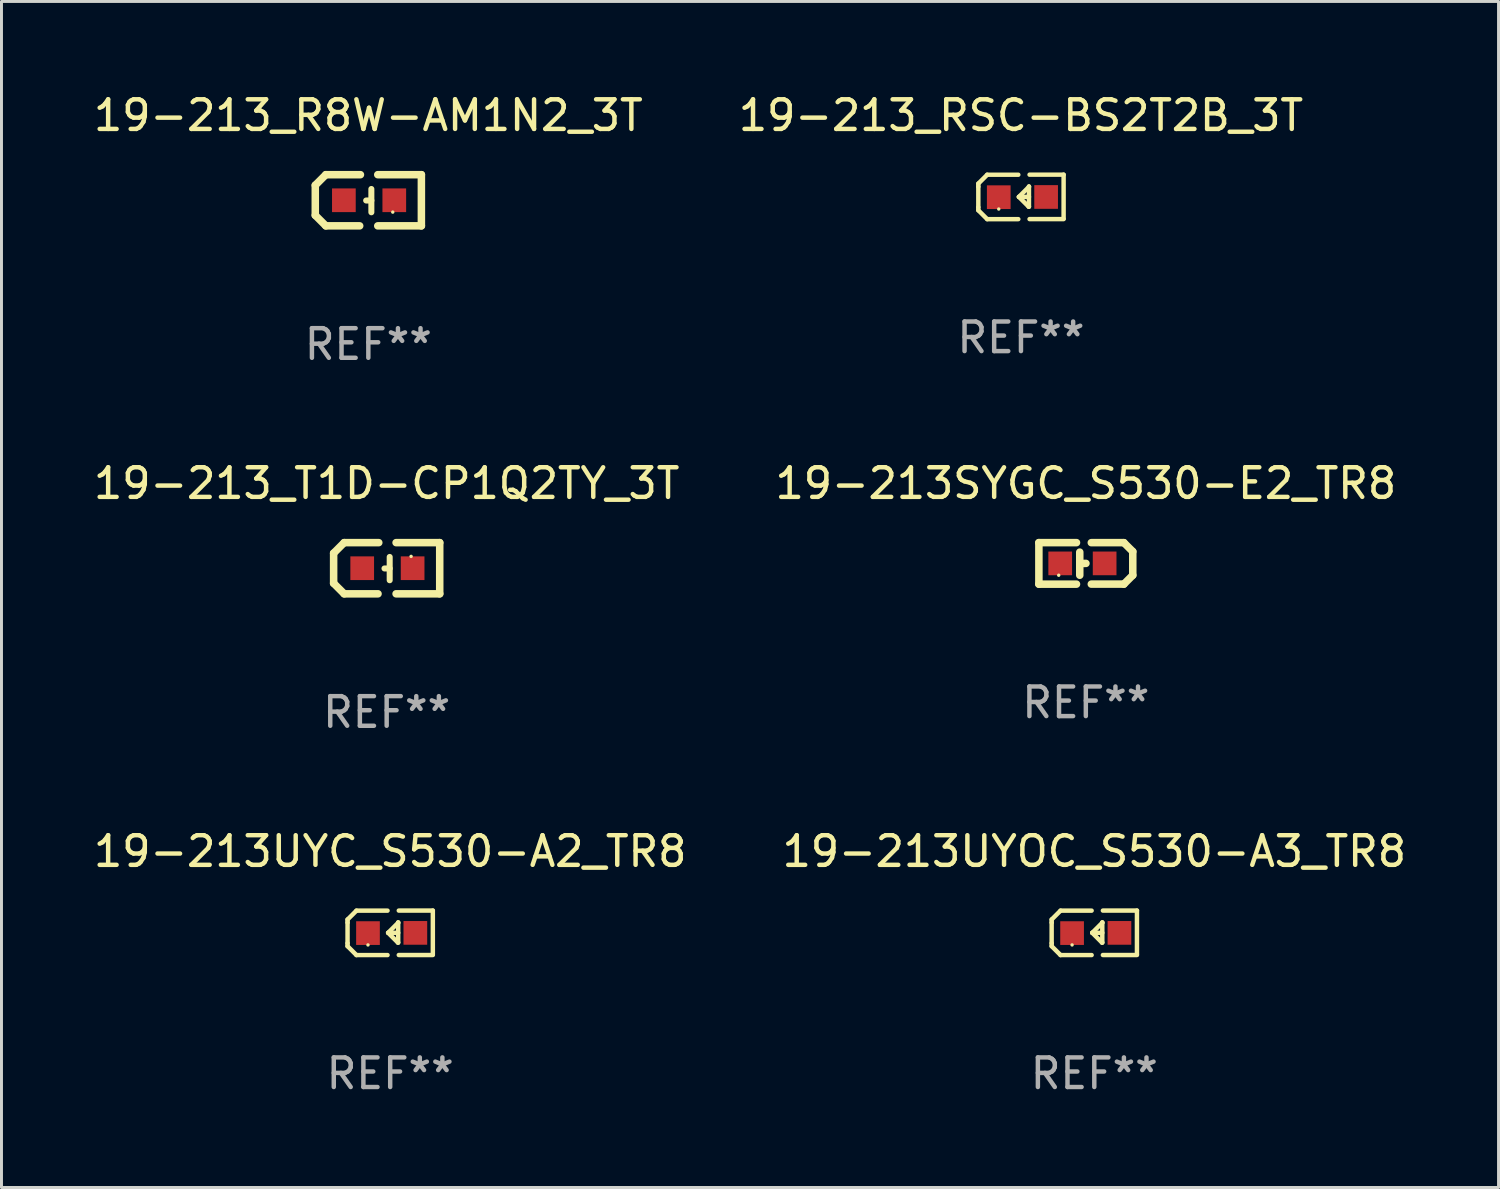
<source format=kicad_pcb>
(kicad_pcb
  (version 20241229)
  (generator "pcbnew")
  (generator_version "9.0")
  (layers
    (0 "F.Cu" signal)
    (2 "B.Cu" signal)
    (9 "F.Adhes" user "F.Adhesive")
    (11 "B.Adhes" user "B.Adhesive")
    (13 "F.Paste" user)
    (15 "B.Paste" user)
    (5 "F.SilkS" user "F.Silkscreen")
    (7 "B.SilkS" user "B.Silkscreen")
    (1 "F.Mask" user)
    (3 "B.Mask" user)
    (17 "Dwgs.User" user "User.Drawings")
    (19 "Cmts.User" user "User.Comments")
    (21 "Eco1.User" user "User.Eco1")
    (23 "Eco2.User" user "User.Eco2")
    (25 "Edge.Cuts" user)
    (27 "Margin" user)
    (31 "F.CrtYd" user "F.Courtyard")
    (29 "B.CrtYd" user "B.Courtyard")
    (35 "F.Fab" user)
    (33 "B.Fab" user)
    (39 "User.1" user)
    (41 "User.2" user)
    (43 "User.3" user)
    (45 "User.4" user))
  (footprint "19-213_T1D-CP1Q2TY_3T"
    (layer "F.Cu")
    (at 10.006 16.136)
    (property "Reference" "19-213_T1D-CP1Q2TY_3T" (at 0 -2.864 0) (layer "F.SilkS") (effects (font (size 1 1) (thickness 0.15))))
    (attr through_hole)
    (fp_line (start -1.791 -0.508) (end -1.435 -0.864) (stroke (width 0.254) (type solid)) (layer "F.SilkS"))
    (fp_line (start -1.791 0.508) (end -1.791 -0.508) (stroke (width 0.254) (type solid)) (layer "F.SilkS"))
    (fp_line (start -1.435 0.864) (end -1.791 0.508) (stroke (width 0.254) (type solid)) (layer "F.SilkS"))
    (fp_line (start -0.292 0.864) (end -1.435 0.864) (stroke (width 0.254) (type solid)) (layer "F.SilkS"))
    (fp_line (start -0.267 -0.864) (end -1.435 -0.864) (stroke (width 0.254) (type solid)) (layer "F.SilkS"))
    (fp_line (start 0.102 0.008) (end -0.074 0.008) (stroke (width 0.203) (type solid)) (layer "F.SilkS"))
    (fp_line (start 0.102 0.406) (end 0.102 -0.381) (stroke (width 0.203) (type solid)) (layer "F.SilkS"))
    (fp_line (start 1.791 -0.864) (end 0.318 -0.864) (stroke (width 0.254) (type solid)) (layer "F.SilkS"))
    (fp_line (start 1.791 0.864) (end 0.318 0.864) (stroke (width 0.254) (type solid)) (layer "F.SilkS"))
    (fp_line (start 1.791 0.864) (end 1.791 -0.864) (stroke (width 0.254) (type solid)) (layer "F.SilkS"))
    (fp_circle (center 0.825 -0.4) (end 0.855 -0.4) (stroke (width 0.06) (type solid)) (fill no) (layer "F.SilkS"))
    (fp_text user "REF**" (at 0 4.864 0) (layer "F.Fab") (effects (font (size 1 1) (thickness 0.15))))
    (pad "1" smd rect (at 0.876 0 90) (size 0.8 0.8) (layers "F.Cu" "F.Mask" "F.Paste"))
    (pad "2" smd rect (at -0.826 0 90) (size 0.8 0.8) (layers "F.Cu" "F.Mask" "F.Paste")))
  (footprint "19-213SYGC_S530-E2_TR8"
    (layer "F.Cu")
    (at 33.613 15.973)
    (property "Reference" "19-213SYGC_S530-E2_TR8" (at 0 -2.701 0) (layer "F.SilkS") (effects (font (size 1 1) (thickness 0.15))))
    (attr through_hole)
    (fp_line (start -1.585 -0.701) (end -0.315 -0.701) (stroke (width 0.254) (type solid)) (layer "F.SilkS"))
    (fp_line (start -1.585 0.701) (end -1.585 -0.701) (stroke (width 0.254) (type solid)) (layer "F.SilkS"))
    (fp_line (start -0.315 0.701) (end -1.585 0.701) (stroke (width 0.254) (type solid)) (layer "F.SilkS"))
    (fp_line (start -0.205 0.002) (end 0.004 0.000127) (stroke (width 0.254) (type solid)) (layer "F.SilkS"))
    (fp_line (start -0.205 0.4) (end -0.205 -0.38) (stroke (width 0.254) (type solid)) (layer "F.SilkS"))
    (fp_line (start 0.185 0.7) (end 1.285 0.7) (stroke (width 0.254) (type solid)) (layer "F.SilkS"))
    (fp_line (start 1.285 -0.7) (end 0.185 -0.7) (stroke (width 0.254) (type solid)) (layer "F.SilkS"))
    (fp_line (start 1.285 0.7) (end 1.585 0.4) (stroke (width 0.254) (type solid)) (layer "F.SilkS"))
    (fp_line (start 1.585 -0.4) (end 1.285 -0.7) (stroke (width 0.254) (type solid)) (layer "F.SilkS"))
    (fp_line (start 1.585 0.4) (end 1.585 -0.4) (stroke (width 0.254) (type solid)) (layer "F.SilkS"))
    (fp_circle (center -0.915 0.4) (end -0.885 0.4) (stroke (width 0.06) (type solid)) (fill no) (layer "F.SilkS"))
    (fp_text user "REF**" (at 0 4.701 0) (layer "F.Fab") (effects (font (size 1 1) (thickness 0.15))))
    (pad "1" smd rect (at -0.865 0 180) (size 0.8 0.8) (layers "F.Cu" "F.Mask" "F.Paste"))
    (pad "2" smd rect (at 0.635 0 180) (size 0.8 0.8) (layers "F.Cu" "F.Mask" "F.Paste")))
  (footprint "19-213UYC_S530-A2_TR8"
    (layer "F.Cu")
    (at 10.125 28.447)
    (property "Reference" "19-213UYC_S530-A2_TR8" (at 0 -2.751 0) (layer "F.SilkS") (effects (font (size 1 1) (thickness 0.15))))
    (attr through_hole)
    (fp_line (start -1.44 -0.449) (end -1.14 -0.749) (stroke (width 0.15) (type solid)) (layer "F.SilkS"))
    (fp_line (start -1.44 -0.349) (end -1.44 -0.449) (stroke (width 0.15) (type solid)) (layer "F.SilkS"))
    (fp_line (start -1.44 -0.349) (end -1.44 0.351) (stroke (width 0.15) (type solid)) (layer "F.SilkS"))
    (fp_line (start -1.44 0.351) (end -1.44 0.451) (stroke (width 0.15) (type solid)) (layer "F.SilkS"))
    (fp_line (start -1.44 0.451) (end -1.14 0.751) (stroke (width 0.15) (type solid)) (layer "F.SilkS"))
    (fp_line (start -0.09 -0.749) (end -1.14 -0.749) (stroke (width 0.15) (type solid)) (layer "F.SilkS"))
    (fp_line (start -0.09 0.751) (end -1.14 0.751) (stroke (width 0.15) (type solid)) (layer "F.SilkS"))
    (fp_line (start 0.26 0.329) (end -0.07 -0.001) (stroke (width 0.15) (type solid)) (layer "F.SilkS"))
    (fp_line (start 0.27 -0.351) (end 0.27 -0.341) (stroke (width 0.15) (type solid)) (layer "F.SilkS"))
    (fp_line (start 0.27 -0.351) (end 0.27 0.329) (stroke (width 0.15) (type solid)) (layer "F.SilkS"))
    (fp_line (start 0.27 -0.341) (end -0.07 -0.001) (stroke (width 0.15) (type solid)) (layer "F.SilkS"))
    (fp_line (start 0.27 -0.001) (end -0.07 -0.001) (stroke (width 0.15) (type solid)) (layer "F.SilkS"))
    (fp_line (start 0.27 0.329) (end 0.26 0.329) (stroke (width 0.15) (type solid)) (layer "F.SilkS"))
    (fp_line (start 0.29 -0.751) (end 1.44 -0.751) (stroke (width 0.15) (type solid)) (layer "F.SilkS"))
    (fp_line (start 0.29 0.749) (end 1.44 0.749) (stroke (width 0.15) (type solid)) (layer "F.SilkS"))
    (fp_line (start 1.44 -0.751) (end 1.44 0.729) (stroke (width 0.15) (type solid)) (layer "F.SilkS"))
    (fp_circle (center -0.75 0.409) (end -0.72 0.409) (stroke (width 0.06) (type solid)) (fill no) (layer "F.SilkS"))
    (fp_text user "REF**" (at 0 4.751 0) (layer "F.Fab") (effects (font (size 1 1) (thickness 0.15))))
    (pad "1" smd rect (at -0.75 0.009 90) (size 0.8 0.8) (layers "F.Cu" "F.Mask" "F.Paste"))
    (pad "2" smd rect (at 0.849 0.002 90) (size 0.8 0.8) (layers "F.Cu" "F.Mask" "F.Paste")))
  (footprint "19-213_RSC-BS2T2B_3T"
    (layer "F.Cu")
    (at 31.423 3.599)
    (property "Reference" "19-213_RSC-BS2T2B_3T" (at 0 -2.751 0) (layer "F.SilkS") (effects (font (size 1 1) (thickness 0.15))))
    (attr through_hole)
    (fp_line (start -1.44 -0.449) (end -1.14 -0.749) (stroke (width 0.15) (type solid)) (layer "F.SilkS"))
    (fp_line (start -1.44 -0.349) (end -1.44 -0.449) (stroke (width 0.15) (type solid)) (layer "F.SilkS"))
    (fp_line (start -1.44 -0.349) (end -1.44 0.351) (stroke (width 0.15) (type solid)) (layer "F.SilkS"))
    (fp_line (start -1.44 0.351) (end -1.44 0.451) (stroke (width 0.15) (type solid)) (layer "F.SilkS"))
    (fp_line (start -1.44 0.451) (end -1.14 0.751) (stroke (width 0.15) (type solid)) (layer "F.SilkS"))
    (fp_line (start -0.09 -0.749) (end -1.14 -0.749) (stroke (width 0.15) (type solid)) (layer "F.SilkS"))
    (fp_line (start -0.09 0.751) (end -1.14 0.751) (stroke (width 0.15) (type solid)) (layer "F.SilkS"))
    (fp_line (start 0.26 0.329) (end -0.07 -0.001) (stroke (width 0.15) (type solid)) (layer "F.SilkS"))
    (fp_line (start 0.27 -0.351) (end 0.27 -0.341) (stroke (width 0.15) (type solid)) (layer "F.SilkS"))
    (fp_line (start 0.27 -0.351) (end 0.27 0.329) (stroke (width 0.15) (type solid)) (layer "F.SilkS"))
    (fp_line (start 0.27 -0.341) (end -0.07 -0.001) (stroke (width 0.15) (type solid)) (layer "F.SilkS"))
    (fp_line (start 0.27 -0.001) (end -0.07 -0.001) (stroke (width 0.15) (type solid)) (layer "F.SilkS"))
    (fp_line (start 0.27 0.329) (end 0.26 0.329) (stroke (width 0.15) (type solid)) (layer "F.SilkS"))
    (fp_line (start 0.29 -0.751) (end 1.44 -0.751) (stroke (width 0.15) (type solid)) (layer "F.SilkS"))
    (fp_line (start 0.29 0.749) (end 1.44 0.749) (stroke (width 0.15) (type solid)) (layer "F.SilkS"))
    (fp_line (start 1.44 -0.751) (end 1.44 0.729) (stroke (width 0.15) (type solid)) (layer "F.SilkS"))
    (fp_circle (center -0.75 0.409) (end -0.72 0.409) (stroke (width 0.06) (type solid)) (fill no) (layer "F.SilkS"))
    (fp_text user "REF**" (at 0 4.751 0) (layer "F.Fab") (effects (font (size 1 1) (thickness 0.15))))
    (pad "1" smd rect (at -0.75 0.009 90) (size 0.8 0.8) (layers "F.Cu" "F.Mask" "F.Paste"))
    (pad "2" smd rect (at 0.849 0.002 90) (size 0.8 0.8) (layers "F.Cu" "F.Mask" "F.Paste")))
  (footprint "19-213_R8W-AM1N2_3T"
    (layer "F.Cu")
    (at 9.387 3.712)
    (property "Reference" "19-213_R8W-AM1N2_3T" (at 0 -2.864 0) (layer "F.SilkS") (effects (font (size 1 1) (thickness 0.15))))
    (attr through_hole)
    (fp_line (start -1.791 -0.508) (end -1.435 -0.864) (stroke (width 0.254) (type solid)) (layer "F.SilkS"))
    (fp_line (start -1.791 0.508) (end -1.791 -0.508) (stroke (width 0.254) (type solid)) (layer "F.SilkS"))
    (fp_line (start -1.435 0.864) (end -1.791 0.508) (stroke (width 0.254) (type solid)) (layer "F.SilkS"))
    (fp_line (start -0.292 0.864) (end -1.435 0.864) (stroke (width 0.254) (type solid)) (layer "F.SilkS"))
    (fp_line (start -0.267 -0.864) (end -1.435 -0.864) (stroke (width 0.254) (type solid)) (layer "F.SilkS"))
    (fp_line (start 0.102 0.008) (end -0.074 0.008) (stroke (width 0.203) (type solid)) (layer "F.SilkS"))
    (fp_line (start 0.102 0.406) (end 0.102 -0.381) (stroke (width 0.203) (type solid)) (layer "F.SilkS"))
    (fp_line (start 1.791 -0.864) (end 0.318 -0.864) (stroke (width 0.254) (type solid)) (layer "F.SilkS"))
    (fp_line (start 1.791 0.864) (end 0.318 0.864) (stroke (width 0.254) (type solid)) (layer "F.SilkS"))
    (fp_line (start 1.791 0.864) (end 1.791 -0.864) (stroke (width 0.254) (type solid)) (layer "F.SilkS"))
    (fp_circle (center 0.825 0.4) (end 0.855 0.4) (stroke (width 0.06) (type solid)) (fill no) (layer "F.SilkS"))
    (fp_text user "REF**" (at 0 4.864 0) (layer "F.Fab") (effects (font (size 1 1) (thickness 0.15))))
    (pad "1" smd rect (at 0.876 0 90) (size 0.8 0.8) (layers "F.Cu" "F.Mask" "F.Paste"))
    (pad "2" smd rect (at -0.826 0 90) (size 0.8 0.8) (layers "F.Cu" "F.Mask" "F.Paste")))
  (footprint "19-213UYOC_S530-A3_TR8"
    (layer "F.Cu")
    (at 33.899 28.447)
    (property "Reference" "19-213UYOC_S530-A3_TR8" (at 0 -2.751 0) (layer "F.SilkS") (effects (font (size 1 1) (thickness 0.15))))
    (attr through_hole)
    (fp_line (start -1.44 -0.449) (end -1.14 -0.749) (stroke (width 0.15) (type solid)) (layer "F.SilkS"))
    (fp_line (start -1.44 -0.349) (end -1.44 -0.449) (stroke (width 0.15) (type solid)) (layer "F.SilkS"))
    (fp_line (start -1.44 -0.349) (end -1.44 0.351) (stroke (width 0.15) (type solid)) (layer "F.SilkS"))
    (fp_line (start -1.44 0.351) (end -1.44 0.451) (stroke (width 0.15) (type solid)) (layer "F.SilkS"))
    (fp_line (start -1.44 0.451) (end -1.14 0.751) (stroke (width 0.15) (type solid)) (layer "F.SilkS"))
    (fp_line (start -0.09 -0.749) (end -1.14 -0.749) (stroke (width 0.15) (type solid)) (layer "F.SilkS"))
    (fp_line (start -0.09 0.751) (end -1.14 0.751) (stroke (width 0.15) (type solid)) (layer "F.SilkS"))
    (fp_line (start 0.26 0.329) (end -0.07 -0.001) (stroke (width 0.15) (type solid)) (layer "F.SilkS"))
    (fp_line (start 0.27 -0.351) (end 0.27 -0.341) (stroke (width 0.15) (type solid)) (layer "F.SilkS"))
    (fp_line (start 0.27 -0.351) (end 0.27 0.329) (stroke (width 0.15) (type solid)) (layer "F.SilkS"))
    (fp_line (start 0.27 -0.341) (end -0.07 -0.001) (stroke (width 0.15) (type solid)) (layer "F.SilkS"))
    (fp_line (start 0.27 -0.001) (end -0.07 -0.001) (stroke (width 0.15) (type solid)) (layer "F.SilkS"))
    (fp_line (start 0.27 0.329) (end 0.26 0.329) (stroke (width 0.15) (type solid)) (layer "F.SilkS"))
    (fp_line (start 0.29 -0.751) (end 1.44 -0.751) (stroke (width 0.15) (type solid)) (layer "F.SilkS"))
    (fp_line (start 0.29 0.749) (end 1.44 0.749) (stroke (width 0.15) (type solid)) (layer "F.SilkS"))
    (fp_line (start 1.44 -0.751) (end 1.44 0.729) (stroke (width 0.15) (type solid)) (layer "F.SilkS"))
    (fp_circle (center -0.75 0.409) (end -0.72 0.409) (stroke (width 0.06) (type solid)) (fill no) (layer "F.SilkS"))
    (fp_text user "REF**" (at 0 4.751 0) (layer "F.Fab") (effects (font (size 1 1) (thickness 0.15))))
    (pad "1" smd rect (at -0.75 0.009 90) (size 0.8 0.8) (layers "F.Cu" "F.Mask" "F.Paste"))
    (pad "2" smd rect (at 0.849 0.002 90) (size 0.8 0.8) (layers "F.Cu" "F.Mask" "F.Paste")))
  (gr_rect
    (start -3 -3)
    (end 47.548 37.046)
    (stroke (width 0.1) (type default))
    (fill no)
    (layer "Edge.Cuts")))
</source>
